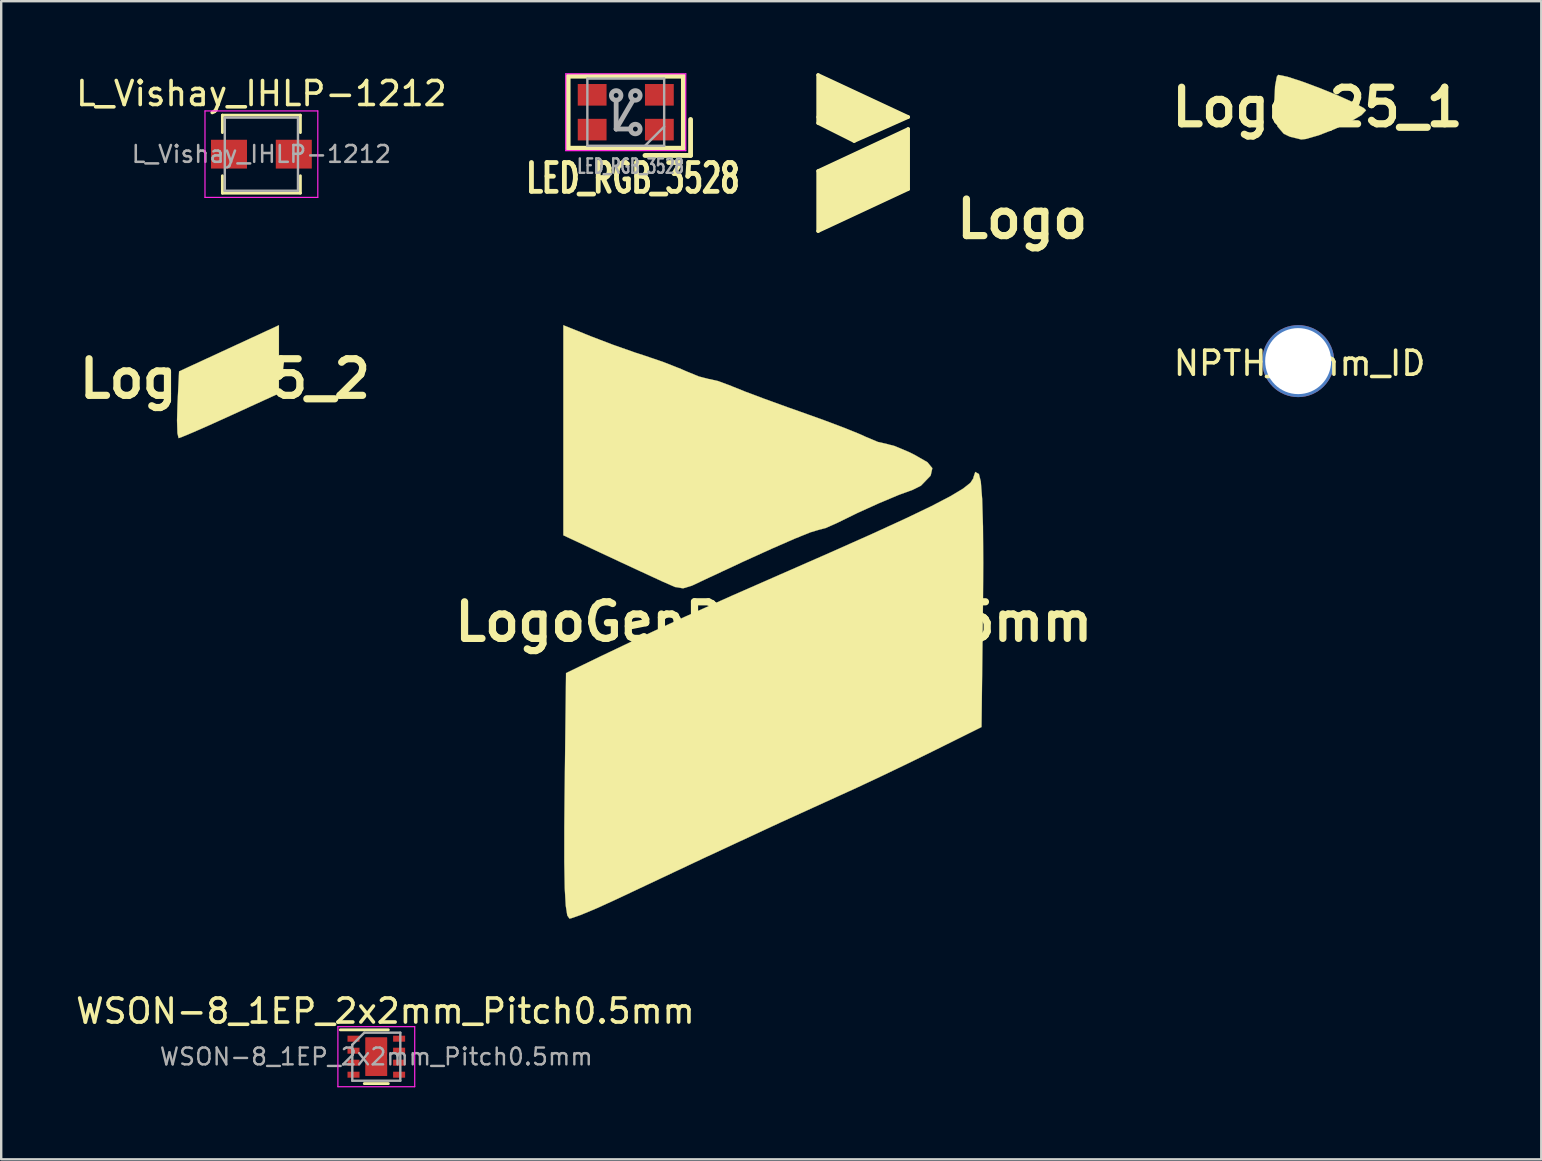
<source format=kicad_pcb>
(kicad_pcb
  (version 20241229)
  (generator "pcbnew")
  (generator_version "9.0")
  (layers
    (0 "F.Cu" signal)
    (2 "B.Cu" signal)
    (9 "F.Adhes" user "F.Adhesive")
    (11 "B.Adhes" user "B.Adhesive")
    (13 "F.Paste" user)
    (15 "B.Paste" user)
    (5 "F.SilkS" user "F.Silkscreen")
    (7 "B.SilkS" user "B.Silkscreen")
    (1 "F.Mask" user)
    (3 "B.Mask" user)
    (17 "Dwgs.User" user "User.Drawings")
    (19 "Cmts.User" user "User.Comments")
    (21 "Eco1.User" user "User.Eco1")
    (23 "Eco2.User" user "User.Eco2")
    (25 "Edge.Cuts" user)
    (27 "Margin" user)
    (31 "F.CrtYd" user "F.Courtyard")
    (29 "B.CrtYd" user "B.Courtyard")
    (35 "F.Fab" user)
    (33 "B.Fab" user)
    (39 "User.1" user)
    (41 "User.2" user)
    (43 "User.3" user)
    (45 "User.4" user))
  (footprint "Logo_25_2"
    (layer "F.Cu")
    (at 6.321 12.729)
    (property "Reference" "Logo_25_2" (at 0 0 0) (layer "F.SilkS") (effects (font (size 1.524 1.524) (thickness 0.3))))
    (attr through_hole)
    (fp_poly (pts (xy 2.248 0.61) (xy 0.215 1.541) (xy -0.655 1.935) (xy -1.363 2.246) (xy -1.817 2.435) (xy -1.931 2.473) (xy -1.98 2.268) (xy -1.996 1.736) (xy -1.978 1.082) (xy -1.911 -0.309) (xy 0.169 -1.27) (xy 2.248 -2.231) (xy 2.248 0.61)) (stroke (width 0.01) (type solid)) (fill yes) (layer "F.SilkS")))
  (footprint "Logo"
    (layer "F.Cu")
    (at 33.032 4.325)
    (property "Reference" "Logo" (at 6.5 1.75 0) (layer "F.SilkS") (effects (font (size 1.524 1.524) (thickness 0.3))))
    (attr through_hole)
    (fp_line (start -2 -4.25) (end -2 -2.25) (stroke (width 0.15) (type solid)) (layer "F.SilkS"))
    (fp_line (start -2 -2.5) (end -0.5 -1.75) (stroke (width 0.15) (type solid)) (layer "F.SilkS"))
    (fp_line (start -2 -0.25) (end -2 2.25) (stroke (width 0.15) (type solid)) (layer "F.SilkS"))
    (fp_line (start -2 2.25) (end 1.75 0.5) (stroke (width 0.15) (type solid)) (layer "F.SilkS"))
    (fp_line (start -0.5 -1.5) (end -2 -2.25) (stroke (width 0.15) (type solid)) (layer "F.SilkS"))
    (fp_line (start -0.5 -1.5) (end 1.75 -2.5) (stroke (width 0.15) (type solid)) (layer "F.SilkS"))
    (fp_line (start 1.75 -2.5) (end -2 -4.25) (stroke (width 0.15) (type solid)) (layer "F.SilkS"))
    (fp_line (start 1.75 -2) (end -2 -0.25) (stroke (width 0.15) (type solid)) (layer "F.SilkS"))
    (fp_line (start 1.75 0.5) (end 1.75 -2) (stroke (width 0.15) (type solid)) (layer "F.SilkS"))
    (fp_poly (pts (xy -0.5 -1.5) (xy -2 -2.25) (xy -2 -4.25) (xy 1.75 -2.5) (xy -0.5 -1.5)) (stroke (width 0.01) (type solid)) (fill yes) (layer "F.SilkS"))
    (fp_poly (pts (xy 1.75 -2) (xy 1.75 0.5) (xy -2 2.25) (xy -2 -0.25) (xy 1.75 -2)) (stroke (width 0.01) (type solid)) (fill yes) (layer "F.SilkS")))
  (footprint "NPTH_3mm_ID"
    (layer "F.Cu")
    (at 51.029 11.993)
    (property "Reference" "NPTH_3mm_ID" (at 0.06 0.09 0) (layer "F.SilkS") (effects (font (size 1 1) (thickness 0.15))))
    (attr through_hole)
    (pad "" np_thru_hole circle (at 0 0) (size 3 3) (drill 2.75) (layers "*.Cu" "*.Mask")))
  (footprint "Logo_25_1"
    (layer "F.Cu")
    (at 51.835 1.418)
    (property "Reference" "Logo_25_1" (at 0 0 0) (layer "F.SilkS") (effects (font (size 1.524 1.524) (thickness 0.3))))
    (attr through_hole)
    (fp_poly (pts (xy -1.255 -1.271) (xy -0.631 -1.069) (xy 0.118 -0.789) (xy 0.872 -0.481) (xy 1.516 -0.19) (xy 1.931 0.036) (xy 2.022 0.127) (xy 1.832 0.328) (xy 1.35 0.609) (xy 0.712 0.909) (xy 0.053 1.167) (xy -0.492 1.322) (xy -0.679 1.342) (xy -1.149 1.227) (xy -1.405 1.106) (xy -1.666 0.804) (xy -1.783 0.228) (xy -1.798 -0.236) (xy -1.769 -0.874) (xy -1.695 -1.276) (xy -1.639 -1.349) (xy -1.255 -1.271)) (stroke (width 0.01) (type solid)) (fill yes) (layer "F.SilkS")))
  (footprint "LogoGenRND_18x25mm"
    (layer "F.Cu")
    (at 29.184 22.854)
    (property "Reference" "LogoGenRND_18x25mm" (at 0 0 0) (layer "F.SilkS") (effects (font (size 1.524 1.524) (thickness 0.3))))
    (attr through_hole)
    (fp_poly (pts (xy 8.546 -6.155) (xy 8.624 -5.845) (xy 8.681 -5.111) (xy 8.715 -3.976) (xy 8.726 -2.464) (xy 8.715 -0.771) (xy 8.654 4.383) (xy 6.618 5.395) (xy 5.543 5.921) (xy 4.423 6.458) (xy 3.442 6.918) (xy 3.134 7.058) (xy 0.253 8.37) (xy -2.956 9.861) (xy -6.53 11.546) (xy -6.542 11.552) (xy -7.357 11.925) (xy -8.031 12.207) (xy -8.451 12.353) (xy -8.513 12.363) (xy -8.602 12.233) (xy -8.666 11.821) (xy -8.708 11.091) (xy -8.727 10.007) (xy -8.726 8.534) (xy -8.714 7.249) (xy -8.654 2.135) (xy -7.193 1.427) (xy -5.493 0.617) (xy -3.701 -0.211) (xy -1.704 -1.106) (xy 0.225 -1.953) (xy 2.351 -2.886) (xy 4.095 -3.663) (xy 5.487 -4.302) (xy 6.56 -4.817) (xy 7.347 -5.227) (xy 7.88 -5.546) (xy 8.191 -5.791) (xy 8.312 -5.978) (xy 8.317 -6.017) (xy 8.394 -6.245) (xy 8.546 -6.155)) (stroke (width 0.01) (type solid)) (fill yes) (layer "F.SilkS"))
    (fp_poly (pts (xy -7.586 -11.881) (xy -6.693 -11.54) (xy -5.772 -11.216) (xy -5.395 -11.094) (xy -4.598 -10.822) (xy -3.85 -10.527) (xy -3.675 -10.448) (xy -3.119 -10.221) (xy -2.719 -10.116) (xy -2.697 -10.115) (xy -2.319 -10.03) (xy -1.764 -9.823) (xy -1.72 -9.803) (xy -1.2 -9.594) (xy -0.388 -9.289) (xy 0.58 -8.938) (xy 1.124 -8.746) (xy 2.099 -8.397) (xy 2.969 -8.069) (xy 3.608 -7.809) (xy 3.821 -7.711) (xy 4.338 -7.494) (xy 4.673 -7.419) (xy 5.04 -7.322) (xy 5.618 -7.079) (xy 5.857 -6.961) (xy 6.402 -6.649) (xy 6.605 -6.4) (xy 6.541 -6.113) (xy 6.523 -6.077) (xy 6.129 -5.669) (xy 5.788 -5.499) (xy 5.204 -5.286) (xy 4.381 -4.94) (xy 3.482 -4.533) (xy 2.669 -4.134) (xy 2.663 -4.13) (xy 2.16 -3.907) (xy 1.836 -3.821) (xy 1.522 -3.727) (xy 0.86 -3.459) (xy -0.094 -3.042) (xy -1.285 -2.502) (xy -2.657 -1.861) (xy -2.825 -1.782) (xy -3.412 -1.505) (xy -3.777 -1.395) (xy -4.116 -1.451) (xy -4.623 -1.673) (xy -4.833 -1.77) (xy -5.505 -2.08) (xy -6.388 -2.49) (xy -7.249 -2.893) (xy -8.766 -3.605) (xy -8.766 -12.356) (xy -7.586 -11.881)) (stroke (width 0.01) (type solid)) (fill yes) (layer "F.SilkS")))
  (footprint "L_Vishay_IHLP-1212"
    (layer "F.Cu")
    (at 7.839 3.372)
    (property "Reference" "L_Vishay_IHLP-1212" (at 0 -2.524 0) (layer "F.SilkS") (effects (font (size 1 1) (thickness 0.15))))
    (attr smd)
    (fp_line (start -1.624 -1.624) (end 1.624 -1.624) (stroke (width 0.12) (type solid)) (layer "F.SilkS"))
    (fp_line (start -1.624 -0.9) (end -1.624 -1.624) (stroke (width 0.12) (type solid)) (layer "F.SilkS"))
    (fp_line (start -1.624 0.9) (end -1.624 1.624) (stroke (width 0.12) (type solid)) (layer "F.SilkS"))
    (fp_line (start -1.624 1.624) (end 1.624 1.624) (stroke (width 0.12) (type solid)) (layer "F.SilkS"))
    (fp_line (start 1.624 -1.624) (end 1.624 -0.9) (stroke (width 0.12) (type solid)) (layer "F.SilkS"))
    (fp_line (start 1.624 1.624) (end 1.624 0.9) (stroke (width 0.12) (type solid)) (layer "F.SilkS"))
    (fp_line (start -2.35 -1.8) (end -2.35 1.8) (stroke (width 0.05) (type solid)) (layer "F.CrtYd"))
    (fp_line (start -2.35 1.8) (end 2.35 1.8) (stroke (width 0.05) (type solid)) (layer "F.CrtYd"))
    (fp_line (start 2.35 -1.8) (end -2.35 -1.8) (stroke (width 0.05) (type solid)) (layer "F.CrtYd"))
    (fp_line (start 2.35 1.8) (end 2.35 -1.8) (stroke (width 0.05) (type solid)) (layer "F.CrtYd"))
    (fp_line (start -1.524 -1.524) (end -1.524 1.524) (stroke (width 0.1) (type solid)) (layer "F.Fab"))
    (fp_line (start -1.524 1.524) (end 1.524 1.524) (stroke (width 0.1) (type solid)) (layer "F.Fab"))
    (fp_line (start 1.524 -1.524) (end -1.524 -1.524) (stroke (width 0.1) (type solid)) (layer "F.Fab"))
    (fp_line (start 1.524 1.524) (end 1.524 -1.524) (stroke (width 0.1) (type solid)) (layer "F.Fab"))
    (fp_text user "${REFERENCE}" (at 0 0 0) (layer "F.Fab") (effects (font (size 0.7 0.7) (thickness 0.105))))
    (pad "1" smd rect (at -1.35 0) (size 1.5 1.2) (layers "F.Cu" "F.Mask" "F.Paste"))
    (pad "2" smd rect (at 1.35 0) (size 1.5 1.2) (layers "F.Cu" "F.Mask" "F.Paste")))
  (footprint "WSON-8_1EP_2x2mm_Pitch0.5mm"
    (layer "F.Cu")
    (at 12.626 40.97)
    (property "Reference" "WSON-8_1EP_2x2mm_Pitch0.5mm" (at 0.38 -1.9 0) (layer "F.SilkS") (effects (font (size 1 1) (thickness 0.15))))
    (attr smd)
    (fp_line (start -1.5 -1.12) (end 0.5 -1.12) (stroke (width 0.12) (type solid)) (layer "F.SilkS"))
    (fp_line (start 0.5 1.12) (end -0.5 1.12) (stroke (width 0.12) (type solid)) (layer "F.SilkS"))
    (fp_line (start -1.6 -1.25) (end -1.6 1.25) (stroke (width 0.05) (type solid)) (layer "F.CrtYd"))
    (fp_line (start -1.6 -1.25) (end 1.6 -1.25) (stroke (width 0.05) (type solid)) (layer "F.CrtYd"))
    (fp_line (start -1.6 1.25) (end 1.6 1.25) (stroke (width 0.05) (type solid)) (layer "F.CrtYd"))
    (fp_line (start 1.6 -1.25) (end 1.6 1.25) (stroke (width 0.05) (type solid)) (layer "F.CrtYd"))
    (fp_line (start -1 1) (end -1 -0.5) (stroke (width 0.1) (type solid)) (layer "F.Fab"))
    (fp_line (start -0.5 -1) (end -1 -0.5) (stroke (width 0.1) (type solid)) (layer "F.Fab"))
    (fp_line (start -0.5 -1) (end 1 -1) (stroke (width 0.1) (type solid)) (layer "F.Fab"))
    (fp_line (start 1 -1) (end 1 1) (stroke (width 0.1) (type solid)) (layer "F.Fab"))
    (fp_line (start 1 1) (end -1 1) (stroke (width 0.1) (type solid)) (layer "F.Fab"))
    (fp_text user "${REFERENCE}" (at 0 0 0) (layer "F.Fab") (effects (font (size 0.7 0.7) (thickness 0.1))))
    (pad "1" smd rect (at -0.95 -0.75) (size 0.5 0.25) (layers "F.Cu" "F.Mask" "F.Paste"))
    (pad "2" smd rect (at -0.95 -0.25) (size 0.5 0.25) (layers "F.Cu" "F.Mask" "F.Paste"))
    (pad "3" smd rect (at -0.95 0.25) (size 0.5 0.25) (layers "F.Cu" "F.Mask" "F.Paste"))
    (pad "4" smd rect (at -0.95 0.75) (size 0.5 0.25) (layers "F.Cu" "F.Mask" "F.Paste"))
    (pad "5" smd rect (at 0.95 0.75) (size 0.5 0.25) (layers "F.Cu" "F.Mask" "F.Paste"))
    (pad "6" smd rect (at 0.95 0.25) (size 0.5 0.25) (layers "F.Cu" "F.Mask" "F.Paste"))
    (pad "7" smd rect (at 0.95 -0.25) (size 0.5 0.25) (layers "F.Cu" "F.Mask" "F.Paste"))
    (pad "8" smd rect (at 0.95 -0.75) (size 0.5 0.25) (layers "F.Cu" "F.Mask" "F.Paste"))
    (pad "9" smd rect (at 0 -0.45) (size 0.9 0.7) (layers "F.Cu" "F.Paste"))
    (pad "9" smd rect (at 0 0) (size 0.9 1.6) (layers "F.Cu" "F.Mask"))
    (pad "9" smd rect (at 0 0.45) (size 0.9 0.7) (layers "F.Cu" "F.Paste")))
  (footprint "LED_RGB_3528"
    (layer "F.Cu")
    (at 23.018 1.625)
    (property "Reference" "LED_RGB_3528" (at 0.3 2.75 0) (layer "F.SilkS") (effects (font (size 1.2 0.8) (thickness 0.2))))
    (attr smd)
    (fp_line (start -2.4 1.5) (end -2.4 -1.5) (stroke (width 0.2) (type solid)) (layer "F.SilkS"))
    (fp_line (start 0.8 1.8) (end 2.7 1.8) (stroke (width 0.2) (type solid)) (layer "F.SilkS"))
    (fp_line (start 2.4 -1.5) (end -2.4 -1.5) (stroke (width 0.2) (type solid)) (layer "F.SilkS"))
    (fp_line (start 2.4 1.5) (end -2.4 1.5) (stroke (width 0.2) (type solid)) (layer "F.SilkS"))
    (fp_line (start 2.4 1.5) (end 2.4 -1.5) (stroke (width 0.2) (type solid)) (layer "F.SilkS"))
    (fp_line (start 2.7 1.8) (end 2.7 0.3) (stroke (width 0.2) (type solid)) (layer "F.SilkS"))
    (fp_line (start -2.5 -1.6) (end -2.5 1.6) (stroke (width 0.05) (type solid)) (layer "F.CrtYd"))
    (fp_line (start -2.5 1.6) (end 2.5 1.6) (stroke (width 0.05) (type solid)) (layer "F.CrtYd"))
    (fp_line (start 2.5 -1.6) (end -2.5 -1.6) (stroke (width 0.05) (type solid)) (layer "F.CrtYd"))
    (fp_line (start 2.5 1.6) (end 2.5 -1.6) (stroke (width 0.05) (type solid)) (layer "F.CrtYd"))
    (fp_line (start -1.6 -1.4) (end 1.6 -1.4) (stroke (width 0.1) (type solid)) (layer "F.Fab"))
    (fp_line (start -1.6 1.4) (end -1.6 -1.4) (stroke (width 0.1) (type solid)) (layer "F.Fab"))
    (fp_line (start -0.4 0.7) (end -0.4 -0.5) (stroke (width 0.2) (type solid)) (layer "F.Fab"))
    (fp_line (start -0.4 0.7) (end 0.2 0.7) (stroke (width 0.2) (type solid)) (layer "F.Fab"))
    (fp_line (start -0.4 0.7) (end 0.3 -0.5) (stroke (width 0.2) (type solid)) (layer "F.Fab"))
    (fp_line (start 0.8 1.4) (end 1.6 0.6) (stroke (width 0.1) (type solid)) (layer "F.Fab"))
    (fp_line (start 1.6 -1.4) (end 1.6 1.4) (stroke (width 0.1) (type solid)) (layer "F.Fab"))
    (fp_line (start 1.6 1.4) (end -1.6 1.4) (stroke (width 0.1) (type solid)) (layer "F.Fab"))
    (fp_circle (center -0.4 -0.7) (end -0.6 -0.7) (stroke (width 0.2) (type solid)) (fill no) (layer "F.Fab"))
    (fp_circle (center 0.4 -0.7) (end 0.2 -0.7) (stroke (width 0.2) (type solid)) (fill no) (layer "F.Fab"))
    (fp_circle (center 0.4 0.7) (end 0.2 0.7) (stroke (width 0.2) (type solid)) (fill no) (layer "F.Fab"))
    (fp_text user "${REFERENCE}" (at 0.2 2.25 180) (layer "F.Fab") (effects (font (size 0.6 0.4) (thickness 0.1))))
    (pad "1" smd rect (at 1.4 0.725 180) (size 1.2 0.9) (layers "F.Cu" "F.Mask" "F.Paste"))
    (pad "2" smd rect (at -1.4 0.725 180) (size 1.2 0.9) (layers "F.Cu" "F.Mask" "F.Paste"))
    (pad "3" smd rect (at -1.4 -0.725 180) (size 1.2 0.9) (layers "F.Cu" "F.Mask" "F.Paste"))
    (pad "4" smd rect (at 1.4 -0.725 180) (size 1.2 0.9) (layers "F.Cu" "F.Mask" "F.Paste")))
  (gr_rect
    (start -3 -3)
    (end 61.156 45.245)
    (stroke (width 0.1) (type default))
    (fill no)
    (layer "Edge.Cuts")))
</source>
